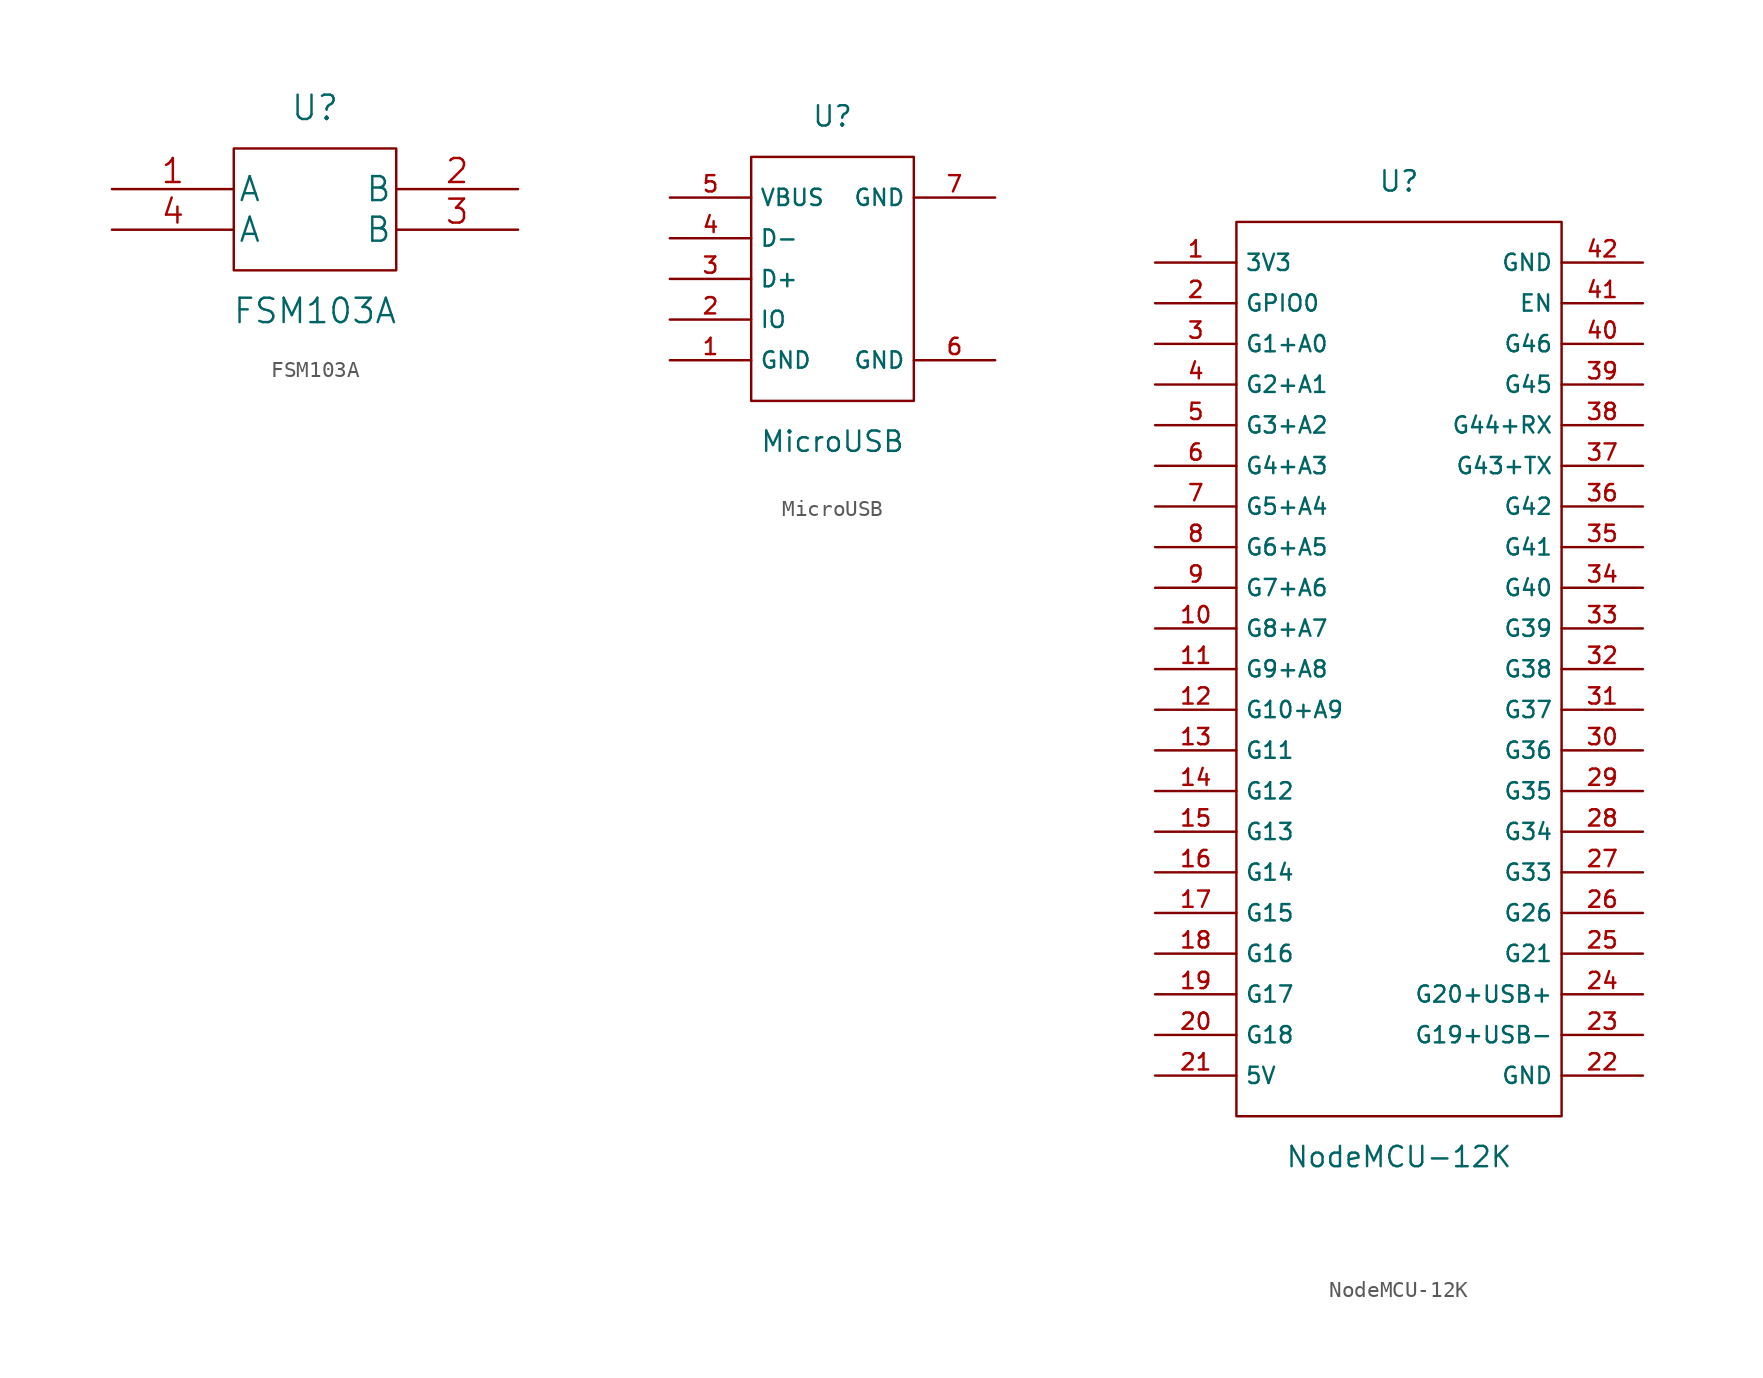
<source format=kicad_sym>
(kicad_symbol_lib
  (version 20211014)
  (generator kicad_symbol_editor)
  (symbol "FSM103A"
    (pin_names
      (offset 0.254))
    (property "Reference" "U"
      (at 0 7.62 0)
      (effects (font (size 1.524 1.524))))
    (property "Value" "FSM103A"
      (at 0 -5.08 0)
      (effects (font (size 1.524 1.524))))
    (property "Datasheet" ""
      (at -12.7 1.27 0)
      (effects (font (size 1.524 1.524))))
    (symbol "FSM103A_0_0"
      (rectangle (start -5.08 5.08) (end 5.08 -2.54) (stroke (width 0) (type default) (color 0 0 0 0)) (fill (type none))))
    (symbol "FSM103A_1_1"
      (pin passive line (at -12.7 2.54 0) (length 7.62) (name "A" (effects (font (size 1.499 1.499)))) (number "1" (effects (font (size 1.499 1.499)))))
      (pin passive line (at 12.7 2.54 180) (length 7.62) (name "B" (effects (font (size 1.499 1.499)))) (number "2" (effects (font (size 1.499 1.499)))))
      (pin passive line (at 12.7 0 180) (length 7.62) (name "B" (effects (font (size 1.499 1.499)))) (number "3" (effects (font (size 1.499 1.499)))))
      (pin passive line (at -12.7 0 0) (length 7.62) (name "A" (effects (font (size 1.499 1.499)))) (number "4" (effects (font (size 1.499 1.499)))))))
  (symbol "MicroUSB"
    (property "Reference" "U"
      (at 0 10.16 0)
      (effects (font (size 1.27 1.27))))
    (property "Value" "MicroUSB"
      (at 0 -10.16 0)
      (effects (font (size 1.27 1.27))))
    (symbol "MicroUSB_0_0"
      (pin bidirectional line (at -10.16 -5.08 0) (length 5.08) (name "GND" (effects (font (size 1.016 1.016)))) (number "1" (effects (font (size 1.016 1.016)))))
      (pin bidirectional line (at -10.16 -2.54 0) (length 5.08) (name "IO" (effects (font (size 1.016 1.016)))) (number "2" (effects (font (size 1.016 1.016)))))
      (pin bidirectional line (at -10.16 0 0) (length 5.08) (name "D+" (effects (font (size 1.016 1.016)))) (number "3" (effects (font (size 1.016 1.016)))))
      (pin bidirectional line (at -10.16 2.54 0) (length 5.08) (name "D-" (effects (font (size 1.016 1.016)))) (number "4" (effects (font (size 1.016 1.016)))))
      (pin bidirectional line (at -10.16 5.08 0) (length 5.08) (name "VBUS" (effects (font (size 1.016 1.016)))) (number "5" (effects (font (size 1.016 1.016)))))
      (pin bidirectional line (at 10.16 -5.08 180) (length 5.08) (name "GND" (effects (font (size 1.016 1.016)))) (number "6" (effects (font (size 1.016 1.016)))))
      (pin bidirectional line (at 10.16 5.08 180) (length 5.08) (name "GND" (effects (font (size 1.016 1.016)))) (number "7" (effects (font (size 1.016 1.016))))))
    (symbol "MicroUSB_0_1"
      (rectangle (start -5.08 7.62) (end 5.08 -7.62) (stroke (width 0) (type default) (color 0 0 0 0)) (fill (type none)))))
  (symbol "NodeMCU-12K"
    (property "Reference" "U"
      (at 0 27.94 0)
      (effects (font (size 1.27 1.27))))
    (property "Value" "NodeMCU-12K"
      (at 0 -33.02 0)
      (effects (font (size 1.27 1.27))))
    (symbol "NodeMCU-12K_0_0"
      (pin bidirectional line (at -15.24 22.86 0) (length 5.08) (name "3V3" (effects (font (size 1.016 1.016)))) (number "1" (effects (font (size 1.016 1.016)))))
      (pin bidirectional line (at -15.24 0 0) (length 5.08) (name "G8+A7" (effects (font (size 1.016 1.016)))) (number "10" (effects (font (size 1.016 1.016)))))
      (pin bidirectional line (at -15.24 -2.54 0) (length 5.08) (name "G9+A8" (effects (font (size 1.016 1.016)))) (number "11" (effects (font (size 1.016 1.016)))))
      (pin bidirectional line (at -15.24 -5.08 0) (length 5.08) (name "G10+A9" (effects (font (size 1.016 1.016)))) (number "12" (effects (font (size 1.016 1.016)))))
      (pin bidirectional line (at -15.24 -7.62 0) (length 5.08) (name "G11" (effects (font (size 1.016 1.016)))) (number "13" (effects (font (size 1.016 1.016)))))
      (pin bidirectional line (at -15.24 -10.16 0) (length 5.08) (name "G12" (effects (font (size 1.016 1.016)))) (number "14" (effects (font (size 1.016 1.016)))))
      (pin bidirectional line (at -15.24 -12.7 0) (length 5.08) (name "G13" (effects (font (size 1.016 1.016)))) (number "15" (effects (font (size 1.016 1.016)))))
      (pin bidirectional line (at -15.24 -15.24 0) (length 5.08) (name "G14" (effects (font (size 1.016 1.016)))) (number "16" (effects (font (size 1.016 1.016)))))
      (pin bidirectional line (at -15.24 -17.78 0) (length 5.08) (name "G15" (effects (font (size 1.016 1.016)))) (number "17" (effects (font (size 1.016 1.016)))))
      (pin bidirectional line (at -15.24 -20.32 0) (length 5.08) (name "G16" (effects (font (size 1.016 1.016)))) (number "18" (effects (font (size 1.016 1.016)))))
      (pin bidirectional line (at -15.24 -22.86 0) (length 5.08) (name "G17" (effects (font (size 1.016 1.016)))) (number "19" (effects (font (size 1.016 1.016)))))
      (pin bidirectional line (at -15.24 20.32 0) (length 5.08) (name "GPIO0" (effects (font (size 1.016 1.016)))) (number "2" (effects (font (size 1.016 1.016)))))
      (pin bidirectional line (at -15.24 -25.4 0) (length 5.08) (name "G18" (effects (font (size 1.016 1.016)))) (number "20" (effects (font (size 1.016 1.016)))))
      (pin bidirectional line (at -15.24 -27.94 0) (length 5.08) (name "5V" (effects (font (size 1.016 1.016)))) (number "21" (effects (font (size 1.016 1.016)))))
      (pin bidirectional line (at 15.24 -27.94 180) (length 5.08) (name "GND" (effects (font (size 1.016 1.016)))) (number "22" (effects (font (size 1.016 1.016)))))
      (pin bidirectional line (at 15.24 -25.4 180) (length 5.08) (name "G19+USB-" (effects (font (size 1.016 1.016)))) (number "23" (effects (font (size 1.016 1.016)))))
      (pin bidirectional line (at 15.24 -22.86 180) (length 5.08) (name "G20+USB+" (effects (font (size 1.016 1.016)))) (number "24" (effects (font (size 1.016 1.016)))))
      (pin bidirectional line (at 15.24 -20.32 180) (length 5.08) (name "G21" (effects (font (size 1.016 1.016)))) (number "25" (effects (font (size 1.016 1.016)))))
      (pin bidirectional line (at 15.24 -17.78 180) (length 5.08) (name "G26" (effects (font (size 1.016 1.016)))) (number "26" (effects (font (size 1.016 1.016)))))
      (pin bidirectional line (at 15.24 -15.24 180) (length 5.08) (name "G33" (effects (font (size 1.016 1.016)))) (number "27" (effects (font (size 1.016 1.016)))))
      (pin bidirectional line (at 15.24 -12.7 180) (length 5.08) (name "G34" (effects (font (size 1.016 1.016)))) (number "28" (effects (font (size 1.016 1.016)))))
      (pin bidirectional line (at 15.24 -10.16 180) (length 5.08) (name "G35" (effects (font (size 1.016 1.016)))) (number "29" (effects (font (size 1.016 1.016)))))
      (pin bidirectional line (at -15.24 17.78 0) (length 5.08) (name "G1+A0" (effects (font (size 1.016 1.016)))) (number "3" (effects (font (size 1.016 1.016)))))
      (pin bidirectional line (at 15.24 -7.62 180) (length 5.08) (name "G36" (effects (font (size 1.016 1.016)))) (number "30" (effects (font (size 1.016 1.016)))))
      (pin bidirectional line (at 15.24 -5.08 180) (length 5.08) (name "G37" (effects (font (size 1.016 1.016)))) (number "31" (effects (font (size 1.016 1.016)))))
      (pin bidirectional line (at 15.24 -2.54 180) (length 5.08) (name "G38" (effects (font (size 1.016 1.016)))) (number "32" (effects (font (size 1.016 1.016)))))
      (pin bidirectional line (at 15.24 0 180) (length 5.08) (name "G39" (effects (font (size 1.016 1.016)))) (number "33" (effects (font (size 1.016 1.016)))))
      (pin bidirectional line (at 15.24 2.54 180) (length 5.08) (name "G40" (effects (font (size 1.016 1.016)))) (number "34" (effects (font (size 1.016 1.016)))))
      (pin bidirectional line (at 15.24 5.08 180) (length 5.08) (name "G41" (effects (font (size 1.016 1.016)))) (number "35" (effects (font (size 1.016 1.016)))))
      (pin bidirectional line (at 15.24 7.62 180) (length 5.08) (name "G42" (effects (font (size 1.016 1.016)))) (number "36" (effects (font (size 1.016 1.016)))))
      (pin bidirectional line (at 15.24 10.16 180) (length 5.08) (name "G43+TX" (effects (font (size 1.016 1.016)))) (number "37" (effects (font (size 1.016 1.016)))))
      (pin bidirectional line (at 15.24 12.7 180) (length 5.08) (name "G44+RX" (effects (font (size 1.016 1.016)))) (number "38" (effects (font (size 1.016 1.016)))))
      (pin bidirectional line (at 15.24 15.24 180) (length 5.08) (name "G45" (effects (font (size 1.016 1.016)))) (number "39" (effects (font (size 1.016 1.016)))))
      (pin bidirectional line (at -15.24 15.24 0) (length 5.08) (name "G2+A1" (effects (font (size 1.016 1.016)))) (number "4" (effects (font (size 1.016 1.016)))))
      (pin bidirectional line (at 15.24 17.78 180) (length 5.08) (name "G46" (effects (font (size 1.016 1.016)))) (number "40" (effects (font (size 1.016 1.016)))))
      (pin bidirectional line (at 15.24 20.32 180) (length 5.08) (name "EN" (effects (font (size 1.016 1.016)))) (number "41" (effects (font (size 1.016 1.016)))))
      (pin bidirectional line (at 15.24 22.86 180) (length 5.08) (name "GND" (effects (font (size 1.016 1.016)))) (number "42" (effects (font (size 1.016 1.016)))))
      (pin bidirectional line (at -15.24 12.7 0) (length 5.08) (name "G3+A2" (effects (font (size 1.016 1.016)))) (number "5" (effects (font (size 1.016 1.016)))))
      (pin bidirectional line (at -15.24 10.16 0) (length 5.08) (name "G4+A3" (effects (font (size 1.016 1.016)))) (number "6" (effects (font (size 1.016 1.016)))))
      (pin bidirectional line (at -15.24 7.62 0) (length 5.08) (name "G5+A4" (effects (font (size 1.016 1.016)))) (number "7" (effects (font (size 1.016 1.016)))))
      (pin bidirectional line (at -15.24 5.08 0) (length 5.08) (name "G6+A5" (effects (font (size 1.016 1.016)))) (number "8" (effects (font (size 1.016 1.016)))))
      (pin bidirectional line (at -15.24 2.54 0) (length 5.08) (name "G7+A6" (effects (font (size 1.016 1.016)))) (number "9" (effects (font (size 1.016 1.016))))))
    (symbol "NodeMCU-12K_0_1"
      (rectangle (start -10.16 25.4) (end 10.16 -30.48) (stroke (width 0) (type default) (color 0 0 0 0)) (fill (type none)))
      (rectangle (start -8.89 7.62) (end -8.89 7.62) (stroke (width 0) (type default) (color 0 0 0 0)) (fill (type none)))
      (rectangle (start -8.89 7.62) (end -8.89 7.62) (stroke (width 0) (type default) (color 0 0 0 0)) (fill (type none)))
      (rectangle (start -8.89 7.62) (end -8.89 7.62) (stroke (width 0) (type default) (color 0 0 0 0)) (fill (type none)))
      (rectangle (start -8.89 7.62) (end -8.89 7.62) (stroke (width 0) (type default) (color 0 0 0 0)) (fill (type none))))))
</source>
